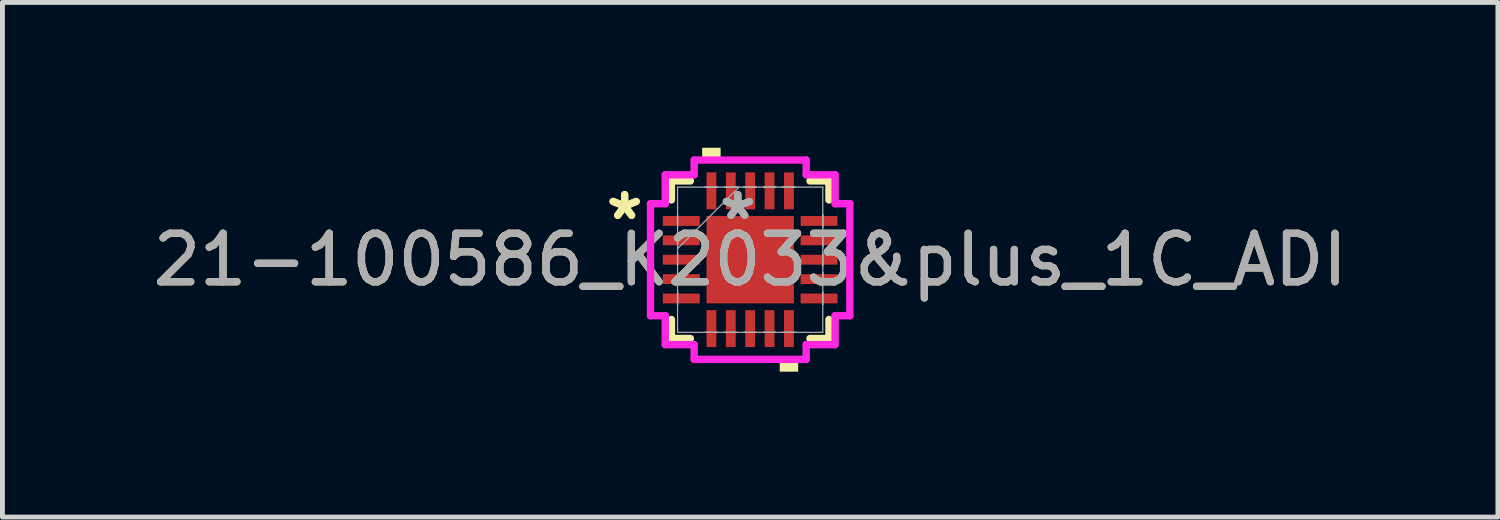
<source format=kicad_pcb>
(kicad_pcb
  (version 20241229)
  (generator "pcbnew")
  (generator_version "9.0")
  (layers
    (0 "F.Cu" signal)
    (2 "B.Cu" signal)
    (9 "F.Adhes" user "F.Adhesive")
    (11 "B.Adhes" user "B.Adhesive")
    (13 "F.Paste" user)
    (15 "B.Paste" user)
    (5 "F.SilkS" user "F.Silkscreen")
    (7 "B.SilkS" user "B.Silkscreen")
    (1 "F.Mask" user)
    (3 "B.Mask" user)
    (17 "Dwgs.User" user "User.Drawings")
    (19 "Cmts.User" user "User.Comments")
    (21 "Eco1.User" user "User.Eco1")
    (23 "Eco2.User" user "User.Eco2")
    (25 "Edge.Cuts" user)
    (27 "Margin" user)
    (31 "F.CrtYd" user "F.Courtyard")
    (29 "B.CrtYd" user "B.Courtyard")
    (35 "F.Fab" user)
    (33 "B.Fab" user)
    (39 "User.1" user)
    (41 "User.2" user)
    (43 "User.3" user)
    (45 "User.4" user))
  (footprint "21-100586_K2033&plus_1C_ADI"
    (layer "F.Cu")
    (at 12.435 2.311)
    (property "Reference" "21-100586_K2033&plus_1C_ADI" (at 0 0 0) (unlocked yes) (layer "F.SilkS") (effects (font (size 1 1) (thickness 0.15))))
    (attr smd)
    (fp_line (start -1.626 -1.626) (end -1.626 -1.234) (stroke (width 0.152) (type solid)) (layer "F.SilkS"))
    (fp_line (start -1.626 1.234) (end -1.626 1.626) (stroke (width 0.152) (type solid)) (layer "F.SilkS"))
    (fp_line (start -1.626 1.626) (end -1.234 1.626) (stroke (width 0.152) (type solid)) (layer "F.SilkS"))
    (fp_line (start -1.234 -1.626) (end -1.626 -1.626) (stroke (width 0.152) (type solid)) (layer "F.SilkS"))
    (fp_line (start 1.234 1.626) (end 1.626 1.626) (stroke (width 0.152) (type solid)) (layer "F.SilkS"))
    (fp_line (start 1.626 -1.626) (end 1.234 -1.626) (stroke (width 0.152) (type solid)) (layer "F.SilkS"))
    (fp_line (start 1.626 -1.234) (end 1.626 -1.626) (stroke (width 0.152) (type solid)) (layer "F.SilkS"))
    (fp_line (start 1.626 1.626) (end 1.626 1.234) (stroke (width 0.152) (type solid)) (layer "F.SilkS"))
    (fp_poly (pts (xy -0.991 -2.057) (xy -0.991 -2.311) (xy -0.61 -2.311) (xy -0.61 -2.057)) (stroke (width 0) (type solid)) (fill yes) (layer "F.SilkS"))
    (fp_poly (pts (xy 0.61 2.057) (xy 0.61 2.311) (xy 0.991 2.311) (xy 0.991 2.057)) (stroke (width 0) (type solid)) (fill yes) (layer "F.SilkS"))
    (fp_line (start -2.057 -1.156) (end -1.753 -1.156) (stroke (width 0.152) (type solid)) (layer "F.CrtYd"))
    (fp_line (start -2.057 1.156) (end -2.057 -1.156) (stroke (width 0.152) (type solid)) (layer "F.CrtYd"))
    (fp_line (start -1.753 -1.753) (end -1.156 -1.753) (stroke (width 0.152) (type solid)) (layer "F.CrtYd"))
    (fp_line (start -1.753 -1.156) (end -1.753 -1.753) (stroke (width 0.152) (type solid)) (layer "F.CrtYd"))
    (fp_line (start -1.753 1.156) (end -2.057 1.156) (stroke (width 0.152) (type solid)) (layer "F.CrtYd"))
    (fp_line (start -1.753 1.753) (end -1.753 1.156) (stroke (width 0.152) (type solid)) (layer "F.CrtYd"))
    (fp_line (start -1.156 -2.057) (end 1.156 -2.057) (stroke (width 0.152) (type solid)) (layer "F.CrtYd"))
    (fp_line (start -1.156 -1.753) (end -1.156 -2.057) (stroke (width 0.152) (type solid)) (layer "F.CrtYd"))
    (fp_line (start -1.156 1.753) (end -1.753 1.753) (stroke (width 0.152) (type solid)) (layer "F.CrtYd"))
    (fp_line (start -1.156 2.057) (end -1.156 1.753) (stroke (width 0.152) (type solid)) (layer "F.CrtYd"))
    (fp_line (start 1.156 -2.057) (end 1.156 -1.753) (stroke (width 0.152) (type solid)) (layer "F.CrtYd"))
    (fp_line (start 1.156 -1.753) (end 1.753 -1.753) (stroke (width 0.152) (type solid)) (layer "F.CrtYd"))
    (fp_line (start 1.156 1.753) (end 1.156 2.057) (stroke (width 0.152) (type solid)) (layer "F.CrtYd"))
    (fp_line (start 1.156 2.057) (end -1.156 2.057) (stroke (width 0.152) (type solid)) (layer "F.CrtYd"))
    (fp_line (start 1.753 -1.753) (end 1.753 -1.156) (stroke (width 0.152) (type solid)) (layer "F.CrtYd"))
    (fp_line (start 1.753 -1.156) (end 2.057 -1.156) (stroke (width 0.152) (type solid)) (layer "F.CrtYd"))
    (fp_line (start 1.753 1.156) (end 1.753 1.753) (stroke (width 0.152) (type solid)) (layer "F.CrtYd"))
    (fp_line (start 1.753 1.753) (end 1.156 1.753) (stroke (width 0.152) (type solid)) (layer "F.CrtYd"))
    (fp_line (start 2.057 -1.156) (end 2.057 1.156) (stroke (width 0.152) (type solid)) (layer "F.CrtYd"))
    (fp_line (start 2.057 1.156) (end 1.753 1.156) (stroke (width 0.152) (type solid)) (layer "F.CrtYd"))
    (fp_line (start -1.499 -1.499) (end -1.499 1.499) (stroke (width 0.025) (type solid)) (layer "F.Fab"))
    (fp_line (start -1.499 -0.927) (end -1.499 -0.927) (stroke (width 0.025) (type solid)) (layer "F.Fab"))
    (fp_line (start -1.499 -0.927) (end -1.499 -0.673) (stroke (width 0.025) (type solid)) (layer "F.Fab"))
    (fp_line (start -1.499 -0.673) (end -1.499 -0.927) (stroke (width 0.025) (type solid)) (layer "F.Fab"))
    (fp_line (start -1.499 -0.673) (end -1.499 -0.673) (stroke (width 0.025) (type solid)) (layer "F.Fab"))
    (fp_line (start -1.499 -0.527) (end -1.499 -0.527) (stroke (width 0.025) (type solid)) (layer "F.Fab"))
    (fp_line (start -1.499 -0.527) (end -1.499 -0.273) (stroke (width 0.025) (type solid)) (layer "F.Fab"))
    (fp_line (start -1.499 -0.273) (end -1.499 -0.527) (stroke (width 0.025) (type solid)) (layer "F.Fab"))
    (fp_line (start -1.499 -0.273) (end -1.499 -0.273) (stroke (width 0.025) (type solid)) (layer "F.Fab"))
    (fp_line (start -1.499 -0.229) (end -0.229 -1.499) (stroke (width 0.025) (type solid)) (layer "F.Fab"))
    (fp_line (start -1.499 -0.127) (end -1.499 -0.127) (stroke (width 0.025) (type solid)) (layer "F.Fab"))
    (fp_line (start -1.499 -0.127) (end -1.499 0.127) (stroke (width 0.025) (type solid)) (layer "F.Fab"))
    (fp_line (start -1.499 0.127) (end -1.499 -0.127) (stroke (width 0.025) (type solid)) (layer "F.Fab"))
    (fp_line (start -1.499 0.127) (end -1.499 0.127) (stroke (width 0.025) (type solid)) (layer "F.Fab"))
    (fp_line (start -1.499 0.273) (end -1.499 0.273) (stroke (width 0.025) (type solid)) (layer "F.Fab"))
    (fp_line (start -1.499 0.273) (end -1.499 0.527) (stroke (width 0.025) (type solid)) (layer "F.Fab"))
    (fp_line (start -1.499 0.527) (end -1.499 0.273) (stroke (width 0.025) (type solid)) (layer "F.Fab"))
    (fp_line (start -1.499 0.527) (end -1.499 0.527) (stroke (width 0.025) (type solid)) (layer "F.Fab"))
    (fp_line (start -1.499 0.673) (end -1.499 0.673) (stroke (width 0.025) (type solid)) (layer "F.Fab"))
    (fp_line (start -1.499 0.673) (end -1.499 0.927) (stroke (width 0.025) (type solid)) (layer "F.Fab"))
    (fp_line (start -1.499 0.927) (end -1.499 0.673) (stroke (width 0.025) (type solid)) (layer "F.Fab"))
    (fp_line (start -1.499 0.927) (end -1.499 0.927) (stroke (width 0.025) (type solid)) (layer "F.Fab"))
    (fp_line (start -1.499 1.499) (end 1.499 1.499) (stroke (width 0.025) (type solid)) (layer "F.Fab"))
    (fp_line (start -0.927 -1.499) (end -0.927 -1.499) (stroke (width 0.025) (type solid)) (layer "F.Fab"))
    (fp_line (start -0.927 -1.499) (end -0.673 -1.499) (stroke (width 0.025) (type solid)) (layer "F.Fab"))
    (fp_line (start -0.927 1.499) (end -0.927 1.499) (stroke (width 0.025) (type solid)) (layer "F.Fab"))
    (fp_line (start -0.927 1.499) (end -0.673 1.499) (stroke (width 0.025) (type solid)) (layer "F.Fab"))
    (fp_line (start -0.673 -1.499) (end -0.927 -1.499) (stroke (width 0.025) (type solid)) (layer "F.Fab"))
    (fp_line (start -0.673 -1.499) (end -0.673 -1.499) (stroke (width 0.025) (type solid)) (layer "F.Fab"))
    (fp_line (start -0.673 1.499) (end -0.927 1.499) (stroke (width 0.025) (type solid)) (layer "F.Fab"))
    (fp_line (start -0.673 1.499) (end -0.673 1.499) (stroke (width 0.025) (type solid)) (layer "F.Fab"))
    (fp_line (start -0.527 -1.499) (end -0.527 -1.499) (stroke (width 0.025) (type solid)) (layer "F.Fab"))
    (fp_line (start -0.527 -1.499) (end -0.273 -1.499) (stroke (width 0.025) (type solid)) (layer "F.Fab"))
    (fp_line (start -0.527 1.499) (end -0.527 1.499) (stroke (width 0.025) (type solid)) (layer "F.Fab"))
    (fp_line (start -0.527 1.499) (end -0.273 1.499) (stroke (width 0.025) (type solid)) (layer "F.Fab"))
    (fp_line (start -0.273 -1.499) (end -0.527 -1.499) (stroke (width 0.025) (type solid)) (layer "F.Fab"))
    (fp_line (start -0.273 -1.499) (end -0.273 -1.499) (stroke (width 0.025) (type solid)) (layer "F.Fab"))
    (fp_line (start -0.273 1.499) (end -0.527 1.499) (stroke (width 0.025) (type solid)) (layer "F.Fab"))
    (fp_line (start -0.273 1.499) (end -0.273 1.499) (stroke (width 0.025) (type solid)) (layer "F.Fab"))
    (fp_line (start -0.127 -1.499) (end -0.127 -1.499) (stroke (width 0.025) (type solid)) (layer "F.Fab"))
    (fp_line (start -0.127 -1.499) (end 0.127 -1.499) (stroke (width 0.025) (type solid)) (layer "F.Fab"))
    (fp_line (start -0.127 1.499) (end -0.127 1.499) (stroke (width 0.025) (type solid)) (layer "F.Fab"))
    (fp_line (start -0.127 1.499) (end 0.127 1.499) (stroke (width 0.025) (type solid)) (layer "F.Fab"))
    (fp_line (start 0.127 -1.499) (end -0.127 -1.499) (stroke (width 0.025) (type solid)) (layer "F.Fab"))
    (fp_line (start 0.127 -1.499) (end 0.127 -1.499) (stroke (width 0.025) (type solid)) (layer "F.Fab"))
    (fp_line (start 0.127 1.499) (end -0.127 1.499) (stroke (width 0.025) (type solid)) (layer "F.Fab"))
    (fp_line (start 0.127 1.499) (end 0.127 1.499) (stroke (width 0.025) (type solid)) (layer "F.Fab"))
    (fp_line (start 0.273 -1.499) (end 0.273 -1.499) (stroke (width 0.025) (type solid)) (layer "F.Fab"))
    (fp_line (start 0.273 -1.499) (end 0.527 -1.499) (stroke (width 0.025) (type solid)) (layer "F.Fab"))
    (fp_line (start 0.273 1.499) (end 0.273 1.499) (stroke (width 0.025) (type solid)) (layer "F.Fab"))
    (fp_line (start 0.273 1.499) (end 0.527 1.499) (stroke (width 0.025) (type solid)) (layer "F.Fab"))
    (fp_line (start 0.527 -1.499) (end 0.273 -1.499) (stroke (width 0.025) (type solid)) (layer "F.Fab"))
    (fp_line (start 0.527 -1.499) (end 0.527 -1.499) (stroke (width 0.025) (type solid)) (layer "F.Fab"))
    (fp_line (start 0.527 1.499) (end 0.273 1.499) (stroke (width 0.025) (type solid)) (layer "F.Fab"))
    (fp_line (start 0.527 1.499) (end 0.527 1.499) (stroke (width 0.025) (type solid)) (layer "F.Fab"))
    (fp_line (start 0.673 -1.499) (end 0.673 -1.499) (stroke (width 0.025) (type solid)) (layer "F.Fab"))
    (fp_line (start 0.673 -1.499) (end 0.927 -1.499) (stroke (width 0.025) (type solid)) (layer "F.Fab"))
    (fp_line (start 0.673 1.499) (end 0.673 1.499) (stroke (width 0.025) (type solid)) (layer "F.Fab"))
    (fp_line (start 0.673 1.499) (end 0.927 1.499) (stroke (width 0.025) (type solid)) (layer "F.Fab"))
    (fp_line (start 0.927 -1.499) (end 0.673 -1.499) (stroke (width 0.025) (type solid)) (layer "F.Fab"))
    (fp_line (start 0.927 -1.499) (end 0.927 -1.499) (stroke (width 0.025) (type solid)) (layer "F.Fab"))
    (fp_line (start 0.927 1.499) (end 0.673 1.499) (stroke (width 0.025) (type solid)) (layer "F.Fab"))
    (fp_line (start 0.927 1.499) (end 0.927 1.499) (stroke (width 0.025) (type solid)) (layer "F.Fab"))
    (fp_line (start 1.499 -1.499) (end -1.499 -1.499) (stroke (width 0.025) (type solid)) (layer "F.Fab"))
    (fp_line (start 1.499 -0.927) (end 1.499 -0.927) (stroke (width 0.025) (type solid)) (layer "F.Fab"))
    (fp_line (start 1.499 -0.927) (end 1.499 -0.673) (stroke (width 0.025) (type solid)) (layer "F.Fab"))
    (fp_line (start 1.499 -0.673) (end 1.499 -0.927) (stroke (width 0.025) (type solid)) (layer "F.Fab"))
    (fp_line (start 1.499 -0.673) (end 1.499 -0.673) (stroke (width 0.025) (type solid)) (layer "F.Fab"))
    (fp_line (start 1.499 -0.527) (end 1.499 -0.527) (stroke (width 0.025) (type solid)) (layer "F.Fab"))
    (fp_line (start 1.499 -0.527) (end 1.499 -0.273) (stroke (width 0.025) (type solid)) (layer "F.Fab"))
    (fp_line (start 1.499 -0.273) (end 1.499 -0.527) (stroke (width 0.025) (type solid)) (layer "F.Fab"))
    (fp_line (start 1.499 -0.273) (end 1.499 -0.273) (stroke (width 0.025) (type solid)) (layer "F.Fab"))
    (fp_line (start 1.499 -0.127) (end 1.499 -0.127) (stroke (width 0.025) (type solid)) (layer "F.Fab"))
    (fp_line (start 1.499 -0.127) (end 1.499 0.127) (stroke (width 0.025) (type solid)) (layer "F.Fab"))
    (fp_line (start 1.499 0.127) (end 1.499 -0.127) (stroke (width 0.025) (type solid)) (layer "F.Fab"))
    (fp_line (start 1.499 0.127) (end 1.499 0.127) (stroke (width 0.025) (type solid)) (layer "F.Fab"))
    (fp_line (start 1.499 0.273) (end 1.499 0.273) (stroke (width 0.025) (type solid)) (layer "F.Fab"))
    (fp_line (start 1.499 0.273) (end 1.499 0.527) (stroke (width 0.025) (type solid)) (layer "F.Fab"))
    (fp_line (start 1.499 0.527) (end 1.499 0.273) (stroke (width 0.025) (type solid)) (layer "F.Fab"))
    (fp_line (start 1.499 0.527) (end 1.499 0.527) (stroke (width 0.025) (type solid)) (layer "F.Fab"))
    (fp_line (start 1.499 0.673) (end 1.499 0.673) (stroke (width 0.025) (type solid)) (layer "F.Fab"))
    (fp_line (start 1.499 0.673) (end 1.499 0.927) (stroke (width 0.025) (type solid)) (layer "F.Fab"))
    (fp_line (start 1.499 0.927) (end 1.499 0.673) (stroke (width 0.025) (type solid)) (layer "F.Fab"))
    (fp_line (start 1.499 0.927) (end 1.499 0.927) (stroke (width 0.025) (type solid)) (layer "F.Fab"))
    (fp_line (start 1.499 1.499) (end 1.499 -1.499) (stroke (width 0.025) (type solid)) (layer "F.Fab"))
    (fp_text user "*" (at -2.591 -0.8 0) (layer "F.SilkS") (effects (font (size 1 1) (thickness 0.15))))
    (fp_text user "*" (at -2.591 -0.8 0) (unlocked yes) (layer "F.SilkS") (effects (font (size 1 1) (thickness 0.15))))
    (fp_text user "*" (at -0.254 -0.8 0) (unlocked yes) (layer "F.Fab") (effects (font (size 1 1) (thickness 0.15))))
    (fp_text user "*" (at -0.254 -0.8 0) (layer "F.Fab") (effects (font (size 1 1) (thickness 0.15))))
    (fp_text user "${REFERENCE}" (at 0 0 0) (unlocked yes) (layer "F.Fab") (effects (font (size 1 1) (thickness 0.15))))
    (pad "1" smd rect (at -1.422 -0.8 90) (size 0.203 0.762) (layers "F.Cu" "F.Mask" "F.Paste"))
    (pad "2" smd rect (at -1.422 -0.4 90) (size 0.203 0.762) (layers "F.Cu" "F.Mask" "F.Paste"))
    (pad "3" smd rect (at -1.422 0 90) (size 0.203 0.762) (layers "F.Cu" "F.Mask" "F.Paste"))
    (pad "4" smd rect (at -1.422 0.4 90) (size 0.203 0.762) (layers "F.Cu" "F.Mask" "F.Paste"))
    (pad "5" smd rect (at -1.422 0.8 90) (size 0.203 0.762) (layers "F.Cu" "F.Mask" "F.Paste"))
    (pad "6" smd rect (at -0.8 1.422) (size 0.203 0.762) (layers "F.Cu" "F.Mask" "F.Paste"))
    (pad "7" smd rect (at -0.4 1.422) (size 0.203 0.762) (layers "F.Cu" "F.Mask" "F.Paste"))
    (pad "8" smd rect (at 0 1.422) (size 0.203 0.762) (layers "F.Cu" "F.Mask" "F.Paste"))
    (pad "9" smd rect (at 0.4 1.422) (size 0.203 0.762) (layers "F.Cu" "F.Mask" "F.Paste"))
    (pad "10" smd rect (at 0.8 1.422) (size 0.203 0.762) (layers "F.Cu" "F.Mask" "F.Paste"))
    (pad "11" smd rect (at 1.422 0.8 90) (size 0.203 0.762) (layers "F.Cu" "F.Mask" "F.Paste"))
    (pad "12" smd rect (at 1.422 0.4 90) (size 0.203 0.762) (layers "F.Cu" "F.Mask" "F.Paste"))
    (pad "13" smd rect (at 1.422 0 90) (size 0.203 0.762) (layers "F.Cu" "F.Mask" "F.Paste"))
    (pad "14" smd rect (at 1.422 -0.4 90) (size 0.203 0.762) (layers "F.Cu" "F.Mask" "F.Paste"))
    (pad "15" smd rect (at 1.422 -0.8 90) (size 0.203 0.762) (layers "F.Cu" "F.Mask" "F.Paste"))
    (pad "16" smd rect (at 0.8 -1.422) (size 0.203 0.762) (layers "F.Cu" "F.Mask" "F.Paste"))
    (pad "17" smd rect (at 0.4 -1.422) (size 0.203 0.762) (layers "F.Cu" "F.Mask" "F.Paste"))
    (pad "18" smd rect (at 0 -1.422) (size 0.203 0.762) (layers "F.Cu" "F.Mask" "F.Paste"))
    (pad "19" smd rect (at -0.4 -1.422) (size 0.203 0.762) (layers "F.Cu" "F.Mask" "F.Paste"))
    (pad "20" smd rect (at -0.8 -1.422) (size 0.203 0.762) (layers "F.Cu" "F.Mask" "F.Paste"))
    (pad "21" smd rect (at 0 0) (size 1.803 1.803) (layers "F.Cu" "F.Mask" "F.Paste")))
  (gr_rect
    (start -3 -3)
    (end 27.869 7.623)
    (stroke (width 0.1) (type default))
    (fill no)
    (layer "Edge.Cuts")))
</source>
